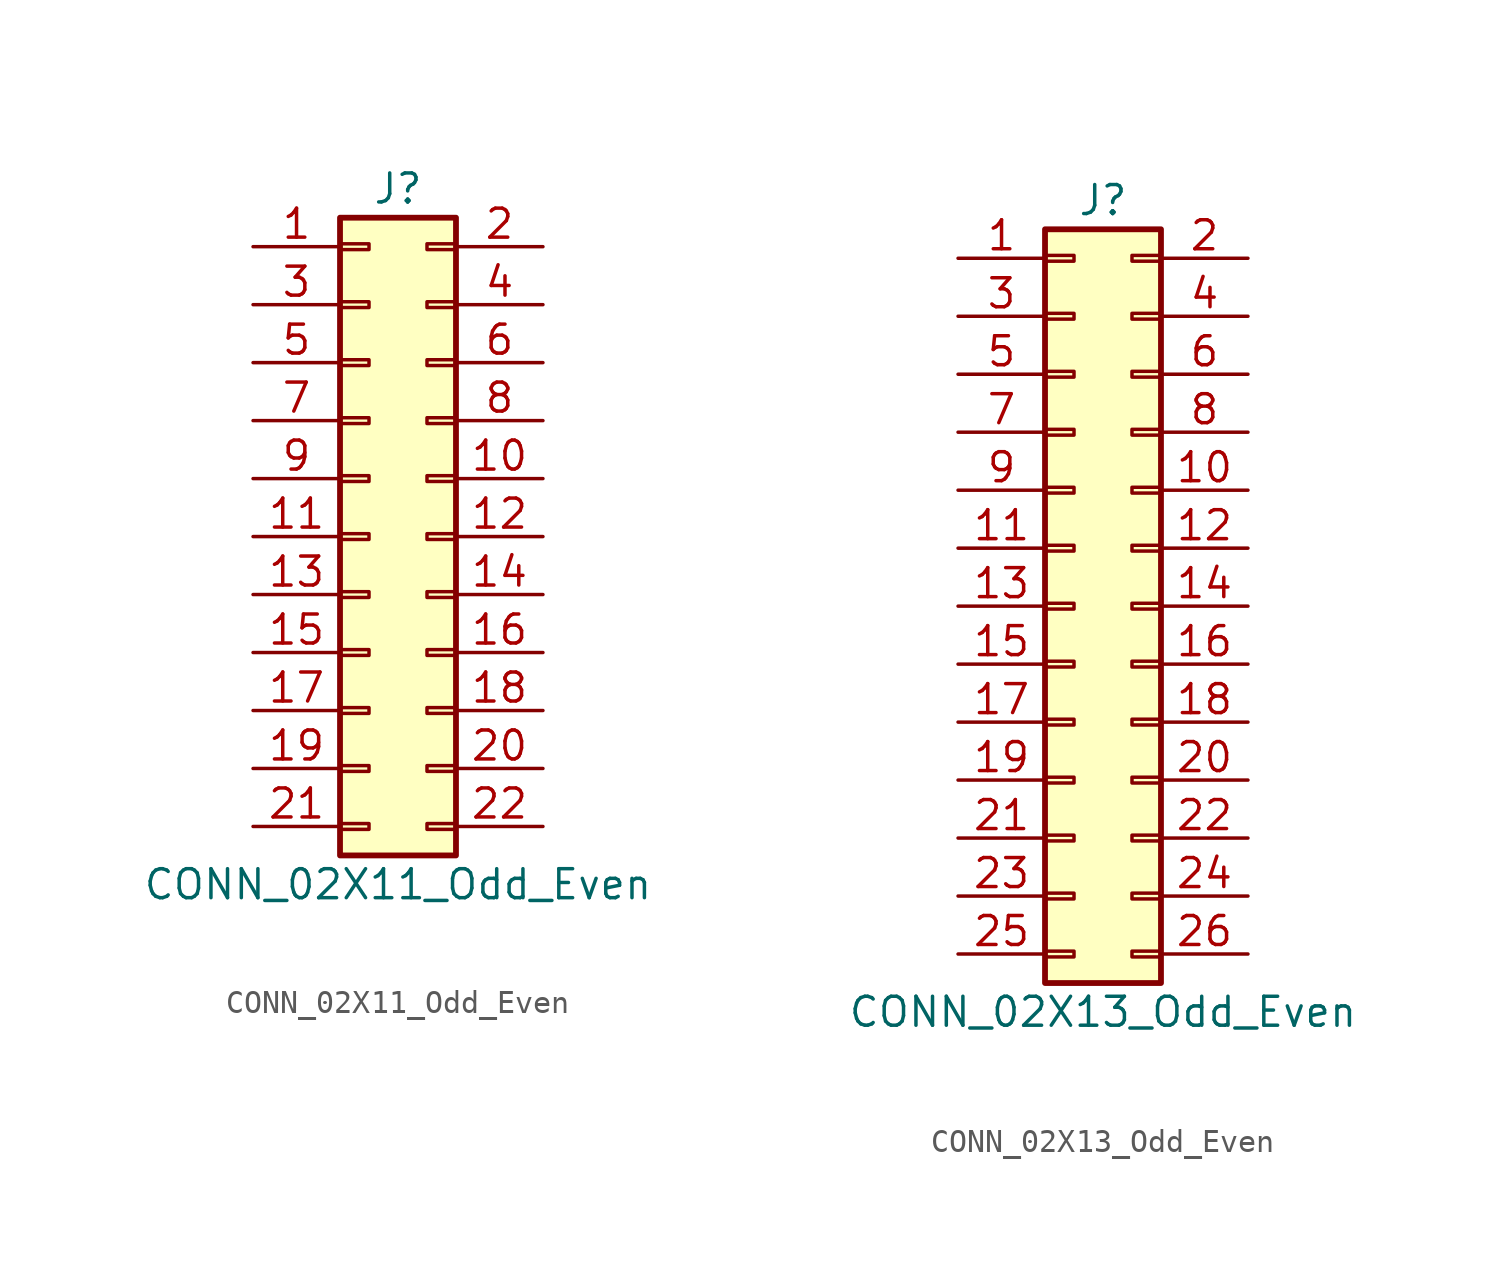
<source format=kicad_sym>
(kicad_symbol_lib
  (version 20211014)
  (generator kicad_symbol_editor)
  (symbol "CONN_02X11_Odd_Even"
    (pin_names
      (offset 1.016) hide)
    (property "Reference" "J"
      (at 1.27 15.24 0)
      (effects (font (size 1.27 1.27))))
    (property "Value" "CONN_02X11_Odd_Even"
      (at 1.27 -15.24 0)
      (effects (font (size 1.27 1.27))))
    (symbol "CONN_02X11_Odd_Even_1_1"
      (rectangle (start -1.27 -12.573) (end 0 -12.827) (stroke (width 0.152) (type default) (color 0 0 0 0)) (fill (type none)))
      (rectangle (start -1.27 -10.033) (end 0 -10.287) (stroke (width 0.152) (type default) (color 0 0 0 0)) (fill (type none)))
      (rectangle (start -1.27 -7.493) (end 0 -7.747) (stroke (width 0.152) (type default) (color 0 0 0 0)) (fill (type none)))
      (rectangle (start -1.27 -4.953) (end 0 -5.207) (stroke (width 0.152) (type default) (color 0 0 0 0)) (fill (type none)))
      (rectangle (start -1.27 -2.413) (end 0 -2.667) (stroke (width 0.152) (type default) (color 0 0 0 0)) (fill (type none)))
      (rectangle (start -1.27 0.127) (end 0 -0.127) (stroke (width 0.152) (type default) (color 0 0 0 0)) (fill (type none)))
      (rectangle (start -1.27 2.667) (end 0 2.413) (stroke (width 0.152) (type default) (color 0 0 0 0)) (fill (type none)))
      (rectangle (start -1.27 5.207) (end 0 4.953) (stroke (width 0.152) (type default) (color 0 0 0 0)) (fill (type none)))
      (rectangle (start -1.27 7.747) (end 0 7.493) (stroke (width 0.152) (type default) (color 0 0 0 0)) (fill (type none)))
      (rectangle (start -1.27 10.287) (end 0 10.033) (stroke (width 0.152) (type default) (color 0 0 0 0)) (fill (type none)))
      (rectangle (start -1.27 12.827) (end 0 12.573) (stroke (width 0.152) (type default) (color 0 0 0 0)) (fill (type none)))
      (rectangle (start -1.27 13.97) (end 3.81 -13.97) (stroke (width 0.254) (type default) (color 0 0 0 0)) (fill (type background)))
      (rectangle (start 3.81 -12.573) (end 2.54 -12.827) (stroke (width 0.152) (type default) (color 0 0 0 0)) (fill (type none)))
      (rectangle (start 3.81 -10.033) (end 2.54 -10.287) (stroke (width 0.152) (type default) (color 0 0 0 0)) (fill (type none)))
      (rectangle (start 3.81 -7.493) (end 2.54 -7.747) (stroke (width 0.152) (type default) (color 0 0 0 0)) (fill (type none)))
      (rectangle (start 3.81 -4.953) (end 2.54 -5.207) (stroke (width 0.152) (type default) (color 0 0 0 0)) (fill (type none)))
      (rectangle (start 3.81 -2.413) (end 2.54 -2.667) (stroke (width 0.152) (type default) (color 0 0 0 0)) (fill (type none)))
      (rectangle (start 3.81 0.127) (end 2.54 -0.127) (stroke (width 0.152) (type default) (color 0 0 0 0)) (fill (type none)))
      (rectangle (start 3.81 2.667) (end 2.54 2.413) (stroke (width 0.152) (type default) (color 0 0 0 0)) (fill (type none)))
      (rectangle (start 3.81 5.207) (end 2.54 4.953) (stroke (width 0.152) (type default) (color 0 0 0 0)) (fill (type none)))
      (rectangle (start 3.81 7.747) (end 2.54 7.493) (stroke (width 0.152) (type default) (color 0 0 0 0)) (fill (type none)))
      (rectangle (start 3.81 10.287) (end 2.54 10.033) (stroke (width 0.152) (type default) (color 0 0 0 0)) (fill (type none)))
      (rectangle (start 3.81 12.827) (end 2.54 12.573) (stroke (width 0.152) (type default) (color 0 0 0 0)) (fill (type none)))
      (pin passive line (at -5.08 12.7 0) (length 3.81) (name "Pin_1" (effects (font (size 1.27 1.27)))) (number "1" (effects (font (size 1.27 1.27)))))
      (pin passive line (at 7.62 2.54 180) (length 3.81) (name "Pin_10" (effects (font (size 1.27 1.27)))) (number "10" (effects (font (size 1.27 1.27)))))
      (pin passive line (at -5.08 0 0) (length 3.81) (name "Pin_11" (effects (font (size 1.27 1.27)))) (number "11" (effects (font (size 1.27 1.27)))))
      (pin passive line (at 7.62 0 180) (length 3.81) (name "Pin_12" (effects (font (size 1.27 1.27)))) (number "12" (effects (font (size 1.27 1.27)))))
      (pin passive line (at -5.08 -2.54 0) (length 3.81) (name "Pin_13" (effects (font (size 1.27 1.27)))) (number "13" (effects (font (size 1.27 1.27)))))
      (pin passive line (at 7.62 -2.54 180) (length 3.81) (name "Pin_14" (effects (font (size 1.27 1.27)))) (number "14" (effects (font (size 1.27 1.27)))))
      (pin passive line (at -5.08 -5.08 0) (length 3.81) (name "Pin_15" (effects (font (size 1.27 1.27)))) (number "15" (effects (font (size 1.27 1.27)))))
      (pin passive line (at 7.62 -5.08 180) (length 3.81) (name "Pin_16" (effects (font (size 1.27 1.27)))) (number "16" (effects (font (size 1.27 1.27)))))
      (pin passive line (at -5.08 -7.62 0) (length 3.81) (name "Pin_17" (effects (font (size 1.27 1.27)))) (number "17" (effects (font (size 1.27 1.27)))))
      (pin passive line (at 7.62 -7.62 180) (length 3.81) (name "Pin_18" (effects (font (size 1.27 1.27)))) (number "18" (effects (font (size 1.27 1.27)))))
      (pin passive line (at -5.08 -10.16 0) (length 3.81) (name "Pin_19" (effects (font (size 1.27 1.27)))) (number "19" (effects (font (size 1.27 1.27)))))
      (pin passive line (at 7.62 12.7 180) (length 3.81) (name "Pin_2" (effects (font (size 1.27 1.27)))) (number "2" (effects (font (size 1.27 1.27)))))
      (pin passive line (at 7.62 -10.16 180) (length 3.81) (name "Pin_20" (effects (font (size 1.27 1.27)))) (number "20" (effects (font (size 1.27 1.27)))))
      (pin passive line (at -5.08 -12.7 0) (length 3.81) (name "Pin_21" (effects (font (size 1.27 1.27)))) (number "21" (effects (font (size 1.27 1.27)))))
      (pin passive line (at 7.62 -12.7 180) (length 3.81) (name "Pin_22" (effects (font (size 1.27 1.27)))) (number "22" (effects (font (size 1.27 1.27)))))
      (pin passive line (at -5.08 10.16 0) (length 3.81) (name "Pin_3" (effects (font (size 1.27 1.27)))) (number "3" (effects (font (size 1.27 1.27)))))
      (pin passive line (at 7.62 10.16 180) (length 3.81) (name "Pin_4" (effects (font (size 1.27 1.27)))) (number "4" (effects (font (size 1.27 1.27)))))
      (pin passive line (at -5.08 7.62 0) (length 3.81) (name "Pin_5" (effects (font (size 1.27 1.27)))) (number "5" (effects (font (size 1.27 1.27)))))
      (pin passive line (at 7.62 7.62 180) (length 3.81) (name "Pin_6" (effects (font (size 1.27 1.27)))) (number "6" (effects (font (size 1.27 1.27)))))
      (pin passive line (at -5.08 5.08 0) (length 3.81) (name "Pin_7" (effects (font (size 1.27 1.27)))) (number "7" (effects (font (size 1.27 1.27)))))
      (pin passive line (at 7.62 5.08 180) (length 3.81) (name "Pin_8" (effects (font (size 1.27 1.27)))) (number "8" (effects (font (size 1.27 1.27)))))
      (pin passive line (at -5.08 2.54 0) (length 3.81) (name "Pin_9" (effects (font (size 1.27 1.27)))) (number "9" (effects (font (size 1.27 1.27)))))))
  (symbol "CONN_02X13_Odd_Even"
    (pin_names
      (offset 1.016) hide)
    (property "Reference" "J"
      (at 1.27 17.78 0)
      (effects (font (size 1.27 1.27))))
    (property "Value" "CONN_02X13_Odd_Even"
      (at 1.27 -17.78 0)
      (effects (font (size 1.27 1.27))))
    (symbol "CONN_02X13_Odd_Even_1_1"
      (rectangle (start -1.27 -15.113) (end 0 -15.367) (stroke (width 0.152) (type default) (color 0 0 0 0)) (fill (type none)))
      (rectangle (start -1.27 -12.573) (end 0 -12.827) (stroke (width 0.152) (type default) (color 0 0 0 0)) (fill (type none)))
      (rectangle (start -1.27 -10.033) (end 0 -10.287) (stroke (width 0.152) (type default) (color 0 0 0 0)) (fill (type none)))
      (rectangle (start -1.27 -7.493) (end 0 -7.747) (stroke (width 0.152) (type default) (color 0 0 0 0)) (fill (type none)))
      (rectangle (start -1.27 -4.953) (end 0 -5.207) (stroke (width 0.152) (type default) (color 0 0 0 0)) (fill (type none)))
      (rectangle (start -1.27 -2.413) (end 0 -2.667) (stroke (width 0.152) (type default) (color 0 0 0 0)) (fill (type none)))
      (rectangle (start -1.27 0.127) (end 0 -0.127) (stroke (width 0.152) (type default) (color 0 0 0 0)) (fill (type none)))
      (rectangle (start -1.27 2.667) (end 0 2.413) (stroke (width 0.152) (type default) (color 0 0 0 0)) (fill (type none)))
      (rectangle (start -1.27 5.207) (end 0 4.953) (stroke (width 0.152) (type default) (color 0 0 0 0)) (fill (type none)))
      (rectangle (start -1.27 7.747) (end 0 7.493) (stroke (width 0.152) (type default) (color 0 0 0 0)) (fill (type none)))
      (rectangle (start -1.27 10.287) (end 0 10.033) (stroke (width 0.152) (type default) (color 0 0 0 0)) (fill (type none)))
      (rectangle (start -1.27 12.827) (end 0 12.573) (stroke (width 0.152) (type default) (color 0 0 0 0)) (fill (type none)))
      (rectangle (start -1.27 15.367) (end 0 15.113) (stroke (width 0.152) (type default) (color 0 0 0 0)) (fill (type none)))
      (rectangle (start -1.27 16.51) (end 3.81 -16.51) (stroke (width 0.254) (type default) (color 0 0 0 0)) (fill (type background)))
      (rectangle (start 3.81 -15.113) (end 2.54 -15.367) (stroke (width 0.152) (type default) (color 0 0 0 0)) (fill (type none)))
      (rectangle (start 3.81 -12.573) (end 2.54 -12.827) (stroke (width 0.152) (type default) (color 0 0 0 0)) (fill (type none)))
      (rectangle (start 3.81 -10.033) (end 2.54 -10.287) (stroke (width 0.152) (type default) (color 0 0 0 0)) (fill (type none)))
      (rectangle (start 3.81 -7.493) (end 2.54 -7.747) (stroke (width 0.152) (type default) (color 0 0 0 0)) (fill (type none)))
      (rectangle (start 3.81 -4.953) (end 2.54 -5.207) (stroke (width 0.152) (type default) (color 0 0 0 0)) (fill (type none)))
      (rectangle (start 3.81 -2.413) (end 2.54 -2.667) (stroke (width 0.152) (type default) (color 0 0 0 0)) (fill (type none)))
      (rectangle (start 3.81 0.127) (end 2.54 -0.127) (stroke (width 0.152) (type default) (color 0 0 0 0)) (fill (type none)))
      (rectangle (start 3.81 2.667) (end 2.54 2.413) (stroke (width 0.152) (type default) (color 0 0 0 0)) (fill (type none)))
      (rectangle (start 3.81 5.207) (end 2.54 4.953) (stroke (width 0.152) (type default) (color 0 0 0 0)) (fill (type none)))
      (rectangle (start 3.81 7.747) (end 2.54 7.493) (stroke (width 0.152) (type default) (color 0 0 0 0)) (fill (type none)))
      (rectangle (start 3.81 10.287) (end 2.54 10.033) (stroke (width 0.152) (type default) (color 0 0 0 0)) (fill (type none)))
      (rectangle (start 3.81 12.827) (end 2.54 12.573) (stroke (width 0.152) (type default) (color 0 0 0 0)) (fill (type none)))
      (rectangle (start 3.81 15.367) (end 2.54 15.113) (stroke (width 0.152) (type default) (color 0 0 0 0)) (fill (type none)))
      (pin passive line (at -5.08 15.24 0) (length 3.81) (name "Pin_1" (effects (font (size 1.27 1.27)))) (number "1" (effects (font (size 1.27 1.27)))))
      (pin passive line (at 7.62 5.08 180) (length 3.81) (name "Pin_10" (effects (font (size 1.27 1.27)))) (number "10" (effects (font (size 1.27 1.27)))))
      (pin passive line (at -5.08 2.54 0) (length 3.81) (name "Pin_11" (effects (font (size 1.27 1.27)))) (number "11" (effects (font (size 1.27 1.27)))))
      (pin passive line (at 7.62 2.54 180) (length 3.81) (name "Pin_12" (effects (font (size 1.27 1.27)))) (number "12" (effects (font (size 1.27 1.27)))))
      (pin passive line (at -5.08 0 0) (length 3.81) (name "Pin_13" (effects (font (size 1.27 1.27)))) (number "13" (effects (font (size 1.27 1.27)))))
      (pin passive line (at 7.62 0 180) (length 3.81) (name "Pin_14" (effects (font (size 1.27 1.27)))) (number "14" (effects (font (size 1.27 1.27)))))
      (pin passive line (at -5.08 -2.54 0) (length 3.81) (name "Pin_15" (effects (font (size 1.27 1.27)))) (number "15" (effects (font (size 1.27 1.27)))))
      (pin passive line (at 7.62 -2.54 180) (length 3.81) (name "Pin_16" (effects (font (size 1.27 1.27)))) (number "16" (effects (font (size 1.27 1.27)))))
      (pin passive line (at -5.08 -5.08 0) (length 3.81) (name "Pin_17" (effects (font (size 1.27 1.27)))) (number "17" (effects (font (size 1.27 1.27)))))
      (pin passive line (at 7.62 -5.08 180) (length 3.81) (name "Pin_18" (effects (font (size 1.27 1.27)))) (number "18" (effects (font (size 1.27 1.27)))))
      (pin passive line (at -5.08 -7.62 0) (length 3.81) (name "Pin_19" (effects (font (size 1.27 1.27)))) (number "19" (effects (font (size 1.27 1.27)))))
      (pin passive line (at 7.62 15.24 180) (length 3.81) (name "Pin_2" (effects (font (size 1.27 1.27)))) (number "2" (effects (font (size 1.27 1.27)))))
      (pin passive line (at 7.62 -7.62 180) (length 3.81) (name "Pin_20" (effects (font (size 1.27 1.27)))) (number "20" (effects (font (size 1.27 1.27)))))
      (pin passive line (at -5.08 -10.16 0) (length 3.81) (name "Pin_21" (effects (font (size 1.27 1.27)))) (number "21" (effects (font (size 1.27 1.27)))))
      (pin passive line (at 7.62 -10.16 180) (length 3.81) (name "Pin_22" (effects (font (size 1.27 1.27)))) (number "22" (effects (font (size 1.27 1.27)))))
      (pin passive line (at -5.08 -12.7 0) (length 3.81) (name "Pin_23" (effects (font (size 1.27 1.27)))) (number "23" (effects (font (size 1.27 1.27)))))
      (pin passive line (at 7.62 -12.7 180) (length 3.81) (name "Pin_24" (effects (font (size 1.27 1.27)))) (number "24" (effects (font (size 1.27 1.27)))))
      (pin passive line (at -5.08 -15.24 0) (length 3.81) (name "Pin_25" (effects (font (size 1.27 1.27)))) (number "25" (effects (font (size 1.27 1.27)))))
      (pin passive line (at 7.62 -15.24 180) (length 3.81) (name "Pin_26" (effects (font (size 1.27 1.27)))) (number "26" (effects (font (size 1.27 1.27)))))
      (pin passive line (at -5.08 12.7 0) (length 3.81) (name "Pin_3" (effects (font (size 1.27 1.27)))) (number "3" (effects (font (size 1.27 1.27)))))
      (pin passive line (at 7.62 12.7 180) (length 3.81) (name "Pin_4" (effects (font (size 1.27 1.27)))) (number "4" (effects (font (size 1.27 1.27)))))
      (pin passive line (at -5.08 10.16 0) (length 3.81) (name "Pin_5" (effects (font (size 1.27 1.27)))) (number "5" (effects (font (size 1.27 1.27)))))
      (pin passive line (at 7.62 10.16 180) (length 3.81) (name "Pin_6" (effects (font (size 1.27 1.27)))) (number "6" (effects (font (size 1.27 1.27)))))
      (pin passive line (at -5.08 7.62 0) (length 3.81) (name "Pin_7" (effects (font (size 1.27 1.27)))) (number "7" (effects (font (size 1.27 1.27)))))
      (pin passive line (at 7.62 7.62 180) (length 3.81) (name "Pin_8" (effects (font (size 1.27 1.27)))) (number "8" (effects (font (size 1.27 1.27)))))
      (pin passive line (at -5.08 5.08 0) (length 3.81) (name "Pin_9" (effects (font (size 1.27 1.27)))) (number "9" (effects (font (size 1.27 1.27))))))))
</source>
